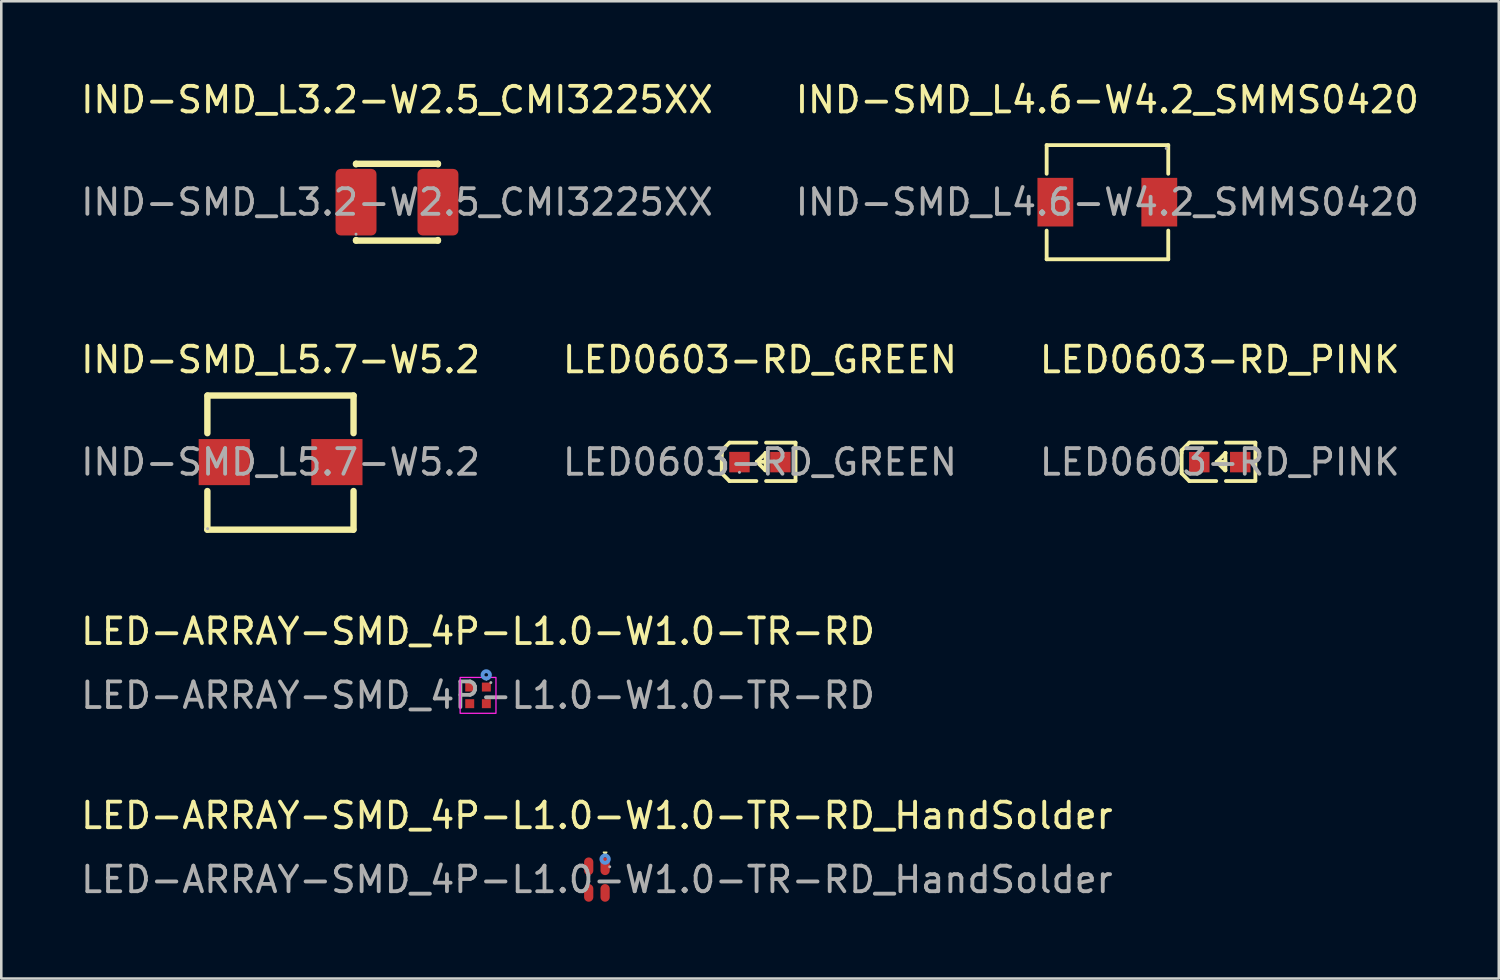
<source format=kicad_pcb>
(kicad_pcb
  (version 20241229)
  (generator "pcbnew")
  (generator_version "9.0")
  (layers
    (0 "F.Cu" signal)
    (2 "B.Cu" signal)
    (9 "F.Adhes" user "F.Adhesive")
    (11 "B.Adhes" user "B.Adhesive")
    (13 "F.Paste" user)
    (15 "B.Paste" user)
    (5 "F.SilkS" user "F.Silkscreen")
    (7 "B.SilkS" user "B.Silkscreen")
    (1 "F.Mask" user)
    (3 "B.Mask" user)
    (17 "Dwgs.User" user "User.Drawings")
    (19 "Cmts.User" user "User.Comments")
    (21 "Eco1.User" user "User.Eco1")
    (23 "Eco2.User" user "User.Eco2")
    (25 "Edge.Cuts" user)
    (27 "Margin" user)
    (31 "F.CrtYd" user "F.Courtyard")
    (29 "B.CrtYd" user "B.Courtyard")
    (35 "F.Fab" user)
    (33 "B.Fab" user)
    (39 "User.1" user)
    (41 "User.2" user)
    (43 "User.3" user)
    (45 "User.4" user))
  (footprint "IND-SMD_L3.2-W2.5_CMI3225XX"
    (layer "F.Cu")
    (at 12.458 4.848)
    (property "Reference" "IND-SMD_L3.2-W2.5_CMI3225XX" (at 0 -4 0) (layer "F.SilkS") (effects (font (size 1 1) (thickness 0.15))))
    (attr smd)
    (fp_line (start -1.6 -1.5) (end 1.6 -1.5) (stroke (width 0.25) (type solid)) (layer "F.SilkS"))
    (fp_line (start -1.6 -1.48) (end -1.6 -1.5) (stroke (width 0.25) (type solid)) (layer "F.SilkS"))
    (fp_line (start -1.6 1.5) (end -1.6 1.48) (stroke (width 0.25) (type solid)) (layer "F.SilkS"))
    (fp_line (start -1.6 1.5) (end 1.6 1.5) (stroke (width 0.25) (type solid)) (layer "F.SilkS"))
    (fp_line (start 1.6 -1.5) (end 1.6 -1.48) (stroke (width 0.25) (type solid)) (layer "F.SilkS"))
    (fp_line (start 1.6 1.48) (end 1.6 1.5) (stroke (width 0.25) (type solid)) (layer "F.SilkS"))
    (fp_circle (center -1.6 1.25) (end -1.57 1.25) (stroke (width 0.06) (type solid)) (fill no) (layer "F.Fab"))
    (fp_text user "${REFERENCE}" (at 0 0 0) (layer "F.Fab") (effects (font (size 1 1) (thickness 0.15))))
    (pad "1" smd roundrect (at -1.6 0 90) (size 2.6 1.6) (layers "F.Cu" "F.Mask" "F.Paste") (roundrect_rratio 0.125))
    (pad "2" smd roundrect (at 1.6 0 90) (size 2.6 1.6) (layers "F.Cu" "F.Mask" "F.Paste") (roundrect_rratio 0.125)))
  (footprint "IND-SMD_L4.6-W4.2_SMMS0420"
    (layer "F.Cu")
    (at 40.208 4.848)
    (property "Reference" "IND-SMD_L4.6-W4.2_SMMS0420" (at 0 -4 0) (layer "F.SilkS") (effects (font (size 1 1) (thickness 0.15))))
    (attr smd)
    (fp_line (start -2.37 -2.23) (end 2.38 -2.23) (stroke (width 0.15) (type solid)) (layer "F.SilkS"))
    (fp_line (start -2.37 -1.11) (end -2.37 -2.23) (stroke (width 0.15) (type solid)) (layer "F.SilkS"))
    (fp_line (start -2.37 1.11) (end -2.37 2.23) (stroke (width 0.15) (type solid)) (layer "F.SilkS"))
    (fp_line (start -2.37 2.23) (end 2.38 2.23) (stroke (width 0.15) (type solid)) (layer "F.SilkS"))
    (fp_line (start 2.38 -2.23) (end 2.38 -1.11) (stroke (width 0.15) (type solid)) (layer "F.SilkS"))
    (fp_line (start 2.38 2.23) (end 2.38 1.11) (stroke (width 0.15) (type solid)) (layer "F.SilkS"))
    (fp_circle (center 2.3 -2.1) (end 2.33 -2.1) (stroke (width 0.06) (type solid)) (fill no) (layer "F.Fab"))
    (fp_text user "${REFERENCE}" (at 0 0 0) (layer "F.Fab") (effects (font (size 1 1) (thickness 0.15))))
    (pad "1" smd rect (at 2.03 0) (size 1.4 1.9) (layers "F.Cu" "F.Mask" "F.Paste"))
    (pad "2" smd rect (at -2.03 0) (size 1.4 1.9) (layers "F.Cu" "F.Mask" "F.Paste")))
  (footprint "LED0603-RD_PINK"
    (layer "F.Cu")
    (at 44.601 15.002)
    (property "Reference" "LED0603-RD_PINK" (at 0 -4 0) (layer "F.SilkS") (effects (font (size 1 1) (thickness 0.15))))
    (attr smd)
    (fp_line (start -1.49 -0.46) (end -1.19 -0.76) (stroke (width 0.15) (type solid)) (layer "F.SilkS"))
    (fp_line (start -1.49 -0.36) (end -1.49 -0.46) (stroke (width 0.15) (type solid)) (layer "F.SilkS"))
    (fp_line (start -1.49 -0.36) (end -1.49 0.34) (stroke (width 0.15) (type solid)) (layer "F.SilkS"))
    (fp_line (start -1.49 0.34) (end -1.49 0.44) (stroke (width 0.15) (type solid)) (layer "F.SilkS"))
    (fp_line (start -1.49 0.44) (end -1.19 0.74) (stroke (width 0.15) (type solid)) (layer "F.SilkS"))
    (fp_line (start -0.14 -0.76) (end -1.19 -0.76) (stroke (width 0.15) (type solid)) (layer "F.SilkS"))
    (fp_line (start -0.14 0.74) (end -1.19 0.74) (stroke (width 0.15) (type solid)) (layer "F.SilkS"))
    (fp_line (start 0.21 0.32) (end -0.12 -0.01) (stroke (width 0.15) (type solid)) (layer "F.SilkS"))
    (fp_line (start 0.22 -0.36) (end 0.22 -0.35) (stroke (width 0.15) (type solid)) (layer "F.SilkS"))
    (fp_line (start 0.22 -0.36) (end 0.22 0.32) (stroke (width 0.15) (type solid)) (layer "F.SilkS"))
    (fp_line (start 0.22 -0.35) (end -0.12 -0.01) (stroke (width 0.15) (type solid)) (layer "F.SilkS"))
    (fp_line (start 0.22 -0.01) (end -0.12 -0.01) (stroke (width 0.15) (type solid)) (layer "F.SilkS"))
    (fp_line (start 0.22 0.32) (end 0.21 0.32) (stroke (width 0.15) (type solid)) (layer "F.SilkS"))
    (fp_line (start 0.24 -0.76) (end 1.39 -0.76) (stroke (width 0.15) (type solid)) (layer "F.SilkS"))
    (fp_line (start 0.24 0.74) (end 1.39 0.74) (stroke (width 0.15) (type solid)) (layer "F.SilkS"))
    (fp_line (start 1.39 -0.76) (end 1.39 0.72) (stroke (width 0.15) (type solid)) (layer "F.SilkS"))
    (fp_circle (center -0.8 0.4) (end -0.77 0.4) (stroke (width 0.06) (type solid)) (fill no) (layer "F.Fab"))
    (fp_text user "${REFERENCE}" (at 0 0 0) (layer "F.Fab") (effects (font (size 1 1) (thickness 0.15))))
    (pad "1" smd rect (at -0.8 0 90) (size 0.8 0.8) (layers "F.Cu" "F.Mask" "F.Paste"))
    (pad "2" smd rect (at 0.8 0 90) (size 0.8 0.8) (layers "F.Cu" "F.Mask" "F.Paste")))
  (footprint "IND-SMD_L5.7-W5.2"
    (layer "F.Cu")
    (at 7.911 15.002)
    (property "Reference" "IND-SMD_L5.7-W5.2" (at 0 -4 0) (layer "F.SilkS") (effects (font (size 1 1) (thickness 0.15))))
    (attr smd)
    (fp_line (start -2.86 -1.13) (end -2.86 -2.6) (stroke (width 0.25) (type solid)) (layer "F.SilkS"))
    (fp_line (start -2.86 2.64) (end -2.86 1.13) (stroke (width 0.25) (type solid)) (layer "F.SilkS"))
    (fp_line (start -2.85 -2.6) (end 2.85 -2.6) (stroke (width 0.25) (type solid)) (layer "F.SilkS"))
    (fp_line (start 2.84 2.64) (end -2.86 2.64) (stroke (width 0.25) (type solid)) (layer "F.SilkS"))
    (fp_line (start 2.85 -2.6) (end 2.85 -1.13) (stroke (width 0.25) (type solid)) (layer "F.SilkS"))
    (fp_line (start 2.85 1.13) (end 2.85 2.64) (stroke (width 0.25) (type solid)) (layer "F.SilkS"))
    (fp_circle (center -2.85 2.6) (end -2.82 2.6) (stroke (width 0.06) (type solid)) (fill no) (layer "F.Fab"))
    (fp_text user "${REFERENCE}" (at 0 0 0) (layer "F.Fab") (effects (font (size 1 1) (thickness 0.15))))
    (pad "1" smd rect (at -2.2 0 270) (size 1.8 2) (layers "F.Cu" "F.Mask" "F.Paste"))
    (pad "2" smd rect (at 2.2 0 270) (size 1.8 2) (layers "F.Cu" "F.Mask" "F.Paste")))
  (footprint "LED-ARRAY-SMD_4P-L1.0-W1.0-TR-RD_HandSolder"
    (layer "F.Cu")
    (at 20.268 31.311)
    (property "Reference" "LED-ARRAY-SMD_4P-L1.0-W1.0-TR-RD_HandSolder" (at 0 -2.5 0) (layer "F.SilkS") (effects (font (size 1 1) (thickness 0.15))))
    (attr smd)
    (fp_poly (pts (xy 0.25 -1.07) (xy 0.39 -1.07) (xy 0.32 -0.97)) (stroke (width 0.05) (type solid)) (fill yes) (layer "F.SilkS"))
    (fp_circle (center 0.32 -0.8) (end 0.39 -0.8) (stroke (width 0.15) (type solid)) (fill no) (layer "Cmts.User"))
    (fp_circle (center 0.5 -0.5) (end 0.53 -0.5) (stroke (width 0.06) (type solid)) (fill no) (layer "F.Fab"))
    (fp_text user "${REFERENCE}" (at 0 0 0) (layer "F.Fab") (effects (font (size 1 1) (thickness 0.15))))
    (pad "1" smd oval (at 0.32 -0.52 180) (size 0.36 0.69) (layers "F.Cu" "F.Mask" "F.Paste"))
    (pad "2" smd oval (at 0.32 0.52 180) (size 0.36 0.69) (layers "F.Cu" "F.Mask" "F.Paste"))
    (pad "3" smd oval (at -0.32 0.52 180) (size 0.36 0.69) (layers "F.Cu" "F.Mask" "F.Paste"))
    (pad "4" smd oval (at -0.32 -0.52 180) (size 0.36 0.69) (layers "F.Cu" "F.Mask" "F.Paste")))
  (footprint "LED0603-RD_GREEN"
    (layer "F.Cu")
    (at 26.637 15.002)
    (property "Reference" "LED0603-RD_GREEN" (at 0 -4 0) (layer "F.SilkS") (effects (font (size 1 1) (thickness 0.15))))
    (attr smd)
    (fp_line (start -1.49 -0.46) (end -1.19 -0.76) (stroke (width 0.15) (type solid)) (layer "F.SilkS"))
    (fp_line (start -1.49 -0.36) (end -1.49 -0.46) (stroke (width 0.15) (type solid)) (layer "F.SilkS"))
    (fp_line (start -1.49 -0.36) (end -1.49 0.34) (stroke (width 0.15) (type solid)) (layer "F.SilkS"))
    (fp_line (start -1.49 0.34) (end -1.49 0.44) (stroke (width 0.15) (type solid)) (layer "F.SilkS"))
    (fp_line (start -1.49 0.44) (end -1.19 0.74) (stroke (width 0.15) (type solid)) (layer "F.SilkS"))
    (fp_line (start -0.14 -0.76) (end -1.19 -0.76) (stroke (width 0.15) (type solid)) (layer "F.SilkS"))
    (fp_line (start -0.14 0.74) (end -1.19 0.74) (stroke (width 0.15) (type solid)) (layer "F.SilkS"))
    (fp_line (start 0.21 0.32) (end -0.12 -0.01) (stroke (width 0.15) (type solid)) (layer "F.SilkS"))
    (fp_line (start 0.22 -0.36) (end 0.22 -0.35) (stroke (width 0.15) (type solid)) (layer "F.SilkS"))
    (fp_line (start 0.22 -0.36) (end 0.22 0.32) (stroke (width 0.15) (type solid)) (layer "F.SilkS"))
    (fp_line (start 0.22 -0.35) (end -0.12 -0.01) (stroke (width 0.15) (type solid)) (layer "F.SilkS"))
    (fp_line (start 0.22 -0.01) (end -0.12 -0.01) (stroke (width 0.15) (type solid)) (layer "F.SilkS"))
    (fp_line (start 0.22 0.32) (end 0.21 0.32) (stroke (width 0.15) (type solid)) (layer "F.SilkS"))
    (fp_line (start 0.24 -0.76) (end 1.39 -0.76) (stroke (width 0.15) (type solid)) (layer "F.SilkS"))
    (fp_line (start 0.24 0.74) (end 1.39 0.74) (stroke (width 0.15) (type solid)) (layer "F.SilkS"))
    (fp_line (start 1.39 -0.76) (end 1.39 0.72) (stroke (width 0.15) (type solid)) (layer "F.SilkS"))
    (fp_circle (center -0.8 0.4) (end -0.77 0.4) (stroke (width 0.06) (type solid)) (fill no) (layer "F.Fab"))
    (fp_text user "${REFERENCE}" (at 0 0 0) (layer "F.Fab") (effects (font (size 1 1) (thickness 0.15))))
    (pad "1" smd rect (at -0.8 0 90) (size 0.8 0.8) (layers "F.Cu" "F.Mask" "F.Paste"))
    (pad "2" smd rect (at 0.8 0 90) (size 0.8 0.8) (layers "F.Cu" "F.Mask" "F.Paste")))
  (footprint "LED-ARRAY-SMD_4P-L1.0-W1.0-TR-RD"
    (layer "F.Cu")
    (at 15.625 24.115)
    (property "Reference" "LED-ARRAY-SMD_4P-L1.0-W1.0-TR-RD" (at 0 -2.5 0) (layer "F.SilkS") (effects (font (size 1 1) (thickness 0.15))))
    (attr smd)
    (fp_poly (pts (xy 0.255 -0.7) (xy 0.395 -0.7) (xy 0.325 -0.6)) (stroke (width 0.05) (type solid)) (fill yes) (layer "F.SilkS"))
    (fp_circle (center 0.32 -0.8) (end 0.39 -0.8) (stroke (width 0.15) (type solid)) (fill no) (layer "Cmts.User"))
    (fp_rect (start -0.7 -0.7) (end 0.7 0.7) (stroke (width 0.05) (type default)) (fill no) (layer "F.CrtYd"))
    (fp_circle (center 0.5 -0.5) (end 0.53 -0.5) (stroke (width 0.06) (type solid)) (fill no) (layer "F.Fab"))
    (fp_text user "${REFERENCE}" (at 0 0 0) (layer "F.Fab") (effects (font (size 1 1) (thickness 0.15))))
    (pad "1" smd rect (at 0.325 -0.325 180) (size 0.35 0.35) (layers "F.Cu" "F.Mask" "F.Paste"))
    (pad "2" smd rect (at 0.325 0.325 180) (size 0.35 0.35) (layers "F.Cu" "F.Mask" "F.Paste"))
    (pad "3" smd rect (at -0.325 0.325 180) (size 0.35 0.35) (layers "F.Cu" "F.Mask" "F.Paste"))
    (pad "4" smd rect (at -0.325 -0.325 180) (size 0.35 0.35) (layers "F.Cu" "F.Mask" "F.Paste")))
  (gr_rect
    (start -3 -3)
    (end 55.5 35.176)
    (stroke (width 0.1) (type default))
    (fill no)
    (layer "Edge.Cuts")))
</source>
